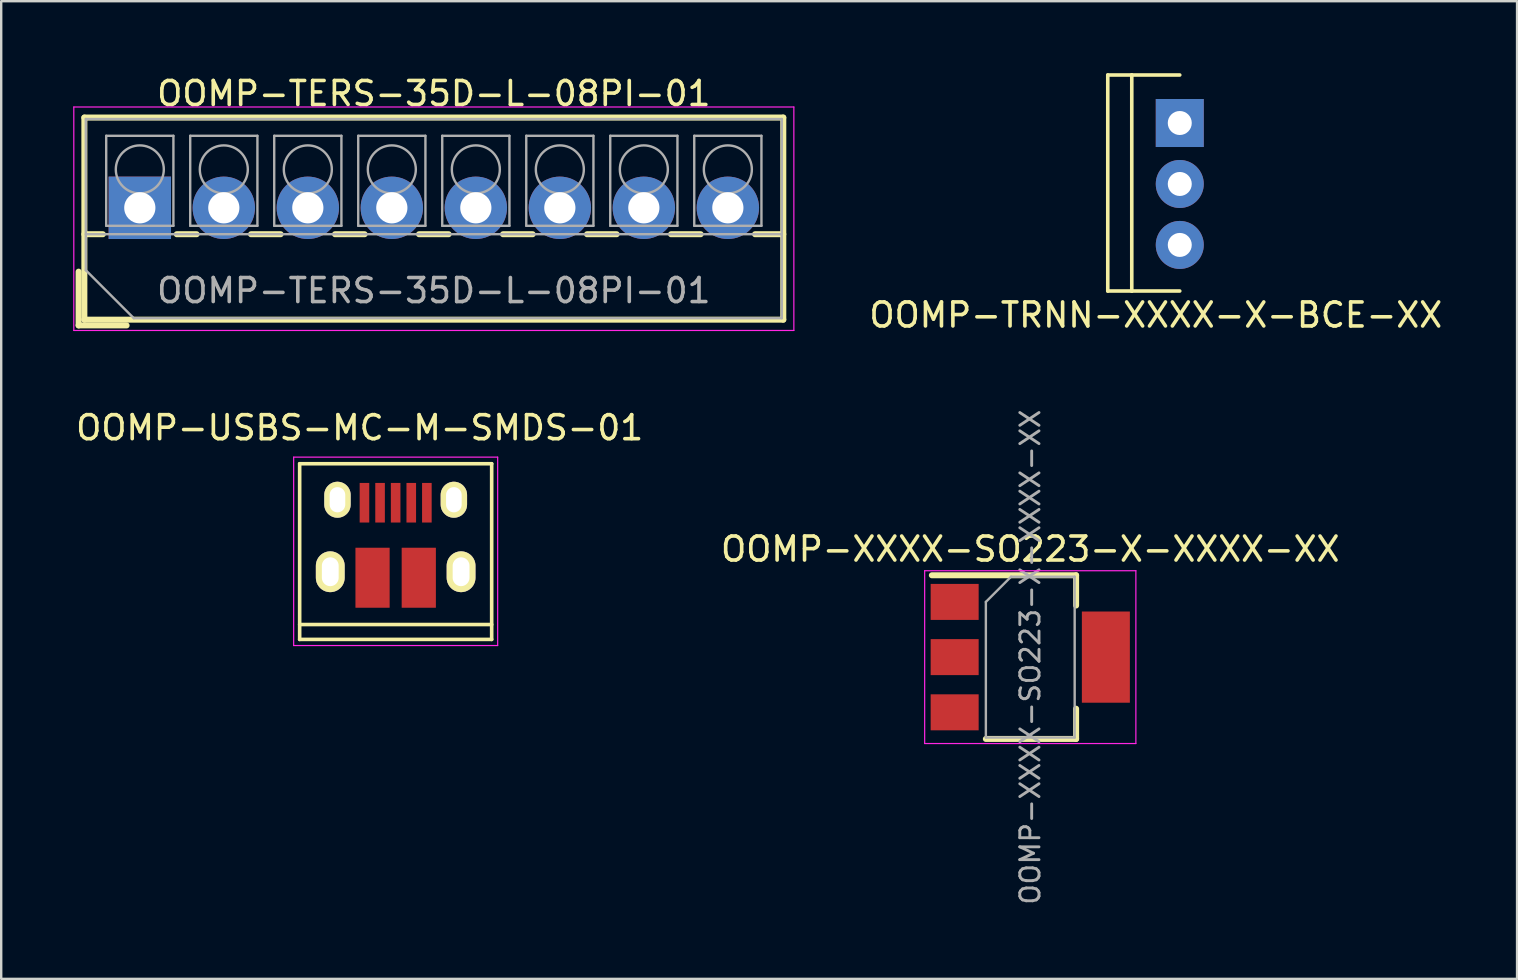
<source format=kicad_pcb>
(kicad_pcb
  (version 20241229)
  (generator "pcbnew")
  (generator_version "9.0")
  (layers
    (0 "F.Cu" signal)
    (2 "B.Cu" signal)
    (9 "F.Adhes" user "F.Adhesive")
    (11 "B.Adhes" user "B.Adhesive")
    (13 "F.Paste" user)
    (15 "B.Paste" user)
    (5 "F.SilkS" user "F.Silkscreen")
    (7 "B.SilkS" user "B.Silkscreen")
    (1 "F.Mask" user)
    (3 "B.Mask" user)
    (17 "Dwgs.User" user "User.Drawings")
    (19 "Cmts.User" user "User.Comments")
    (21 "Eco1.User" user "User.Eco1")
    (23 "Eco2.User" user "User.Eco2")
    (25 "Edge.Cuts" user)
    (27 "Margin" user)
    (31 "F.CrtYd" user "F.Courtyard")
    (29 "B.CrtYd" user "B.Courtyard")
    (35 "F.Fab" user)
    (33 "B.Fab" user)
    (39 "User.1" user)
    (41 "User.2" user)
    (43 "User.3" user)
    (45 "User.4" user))
  (footprint "OOMP-TRNN-XXXX-X-BCE-XX"
    (layer "F.Cu")
    (at 46.104 2.075)
    (property "Reference" "OOMP-TRNN-XXXX-X-BCE-XX" (at -1 8 0) (layer "F.SilkS") (effects (font (size 1 1) (thickness 0.15))))
    (attr through_hole)
    (fp_line (start -3 -2) (end -3 7) (stroke (width 0.15) (type solid)) (layer "F.SilkS"))
    (fp_line (start -3 7) (end -2 7) (stroke (width 0.15) (type solid)) (layer "F.SilkS"))
    (fp_line (start -2 -2) (end -3 -2) (stroke (width 0.15) (type solid)) (layer "F.SilkS"))
    (fp_line (start -2 -2) (end 0 -2) (stroke (width 0.15) (type solid)) (layer "F.SilkS"))
    (fp_line (start -2 7) (end -2 -2) (stroke (width 0.15) (type solid)) (layer "F.SilkS"))
    (fp_line (start 0 7) (end -2 7) (stroke (width 0.15) (type solid)) (layer "F.SilkS"))
    (pad "1" thru_hole rect (at 0 0) (size 2 2) (drill 1) (layers "*.Cu" "*.Mask"))
    (pad "2" thru_hole circle (at 0 2.54) (size 2 2) (drill 1) (layers "*.Cu" "*.Mask"))
    (pad "3" thru_hole circle (at 0 5.08) (size 2 2) (drill 1) (layers "*.Cu" "*.Mask")))
  (footprint "OOMP-XXXX-SO223-X-XXXX-XX"
    (layer "F.Cu")
    (at 39.875 24.328)
    (property "Reference" "OOMP-XXXX-SO223-X-XXXX-XX" (at 0 -4.5 0) (layer "F.SilkS") (effects (font (size 1 1) (thickness 0.15))))
    (attr smd)
    (fp_line (start -4.1 -3.41) (end 1.91 -3.41) (stroke (width 0.25) (type solid)) (layer "F.SilkS"))
    (fp_line (start -1.85 3.41) (end 1.91 3.41) (stroke (width 0.25) (type solid)) (layer "F.SilkS"))
    (fp_line (start 1.91 -3.41) (end 1.91 -2.15) (stroke (width 0.25) (type solid)) (layer "F.SilkS"))
    (fp_line (start 1.91 3.41) (end 1.91 2.15) (stroke (width 0.25) (type solid)) (layer "F.SilkS"))
    (fp_line (start -4.4 -3.6) (end -4.4 3.6) (stroke (width 0.05) (type solid)) (layer "F.CrtYd"))
    (fp_line (start -4.4 3.6) (end 4.4 3.6) (stroke (width 0.05) (type solid)) (layer "F.CrtYd"))
    (fp_line (start 4.4 -3.6) (end -4.4 -3.6) (stroke (width 0.05) (type solid)) (layer "F.CrtYd"))
    (fp_line (start 4.4 3.6) (end 4.4 -3.6) (stroke (width 0.05) (type solid)) (layer "F.CrtYd"))
    (fp_line (start -1.85 -2.3) (end -1.85 3.35) (stroke (width 0.1) (type solid)) (layer "F.Fab"))
    (fp_line (start -1.85 -2.3) (end -0.8 -3.35) (stroke (width 0.1) (type solid)) (layer "F.Fab"))
    (fp_line (start -1.85 3.35) (end 1.85 3.35) (stroke (width 0.1) (type solid)) (layer "F.Fab"))
    (fp_line (start -0.8 -3.35) (end 1.85 -3.35) (stroke (width 0.1) (type solid)) (layer "F.Fab"))
    (fp_line (start 1.85 -3.35) (end 1.85 3.35) (stroke (width 0.1) (type solid)) (layer "F.Fab"))
    (fp_text user "${REFERENCE}" (at 0 0 90) (layer "F.Fab") (effects (font (size 0.8 0.8) (thickness 0.12))))
    (pad "1" smd rect (at -3.15 -2.3) (size 2 1.5) (layers "F.Cu" "F.Mask" "F.Paste"))
    (pad "2" smd rect (at -3.15 0) (size 2 1.5) (layers "F.Cu" "F.Mask" "F.Paste"))
    (pad "2" smd rect (at 3.15 0) (size 2 3.8) (layers "F.Cu" "F.Mask" "F.Paste"))
    (pad "3" smd rect (at -3.15 2.3) (size 2 1.5) (layers "F.Cu" "F.Mask" "F.Paste")))
  (footprint "OOMP-TERS-35D-L-08PI-01"
    (layer "F.Cu")
    (at 2.775 5.608)
    (property "Reference" "OOMP-TERS-35D-L-08PI-01" (at 12.25 -4.76 0) (layer "F.SilkS") (effects (font (size 1 1) (thickness 0.15))))
    (attr through_hole)
    (fp_line (start -2.55 2.66) (end -2.55 4.9) (stroke (width 0.25) (type solid)) (layer "F.SilkS"))
    (fp_line (start -2.55 4.9) (end -0.55 4.9) (stroke (width 0.25) (type solid)) (layer "F.SilkS"))
    (fp_line (start -2.31 -3.76) (end -2.31 4.66) (stroke (width 0.25) (type solid)) (layer "F.SilkS"))
    (fp_line (start -2.31 -3.76) (end 26.81 -3.76) (stroke (width 0.25) (type solid)) (layer "F.SilkS"))
    (fp_line (start -2.31 1.101) (end -1.54 1.101) (stroke (width 0.25) (type solid)) (layer "F.SilkS"))
    (fp_line (start -2.31 4.66) (end 26.81 4.66) (stroke (width 0.25) (type solid)) (layer "F.SilkS"))
    (fp_line (start 1.54 1.101) (end 2.367 1.101) (stroke (width 0.25) (type solid)) (layer "F.SilkS"))
    (fp_line (start 4.634 1.101) (end 5.867 1.101) (stroke (width 0.25) (type solid)) (layer "F.SilkS"))
    (fp_line (start 8.134 1.101) (end 9.367 1.101) (stroke (width 0.25) (type solid)) (layer "F.SilkS"))
    (fp_line (start 11.634 1.101) (end 12.867 1.101) (stroke (width 0.25) (type solid)) (layer "F.SilkS"))
    (fp_line (start 15.134 1.101) (end 16.367 1.101) (stroke (width 0.25) (type solid)) (layer "F.SilkS"))
    (fp_line (start 18.634 1.101) (end 19.867 1.101) (stroke (width 0.25) (type solid)) (layer "F.SilkS"))
    (fp_line (start 22.134 1.101) (end 23.367 1.101) (stroke (width 0.25) (type solid)) (layer "F.SilkS"))
    (fp_line (start 25.634 1.101) (end 26.81 1.101) (stroke (width 0.25) (type solid)) (layer "F.SilkS"))
    (fp_line (start 26.81 -3.76) (end 26.81 4.66) (stroke (width 0.25) (type solid)) (layer "F.SilkS"))
    (fp_line (start -2.75 -4.2) (end -2.75 5.11) (stroke (width 0.05) (type solid)) (layer "F.CrtYd"))
    (fp_line (start -2.75 5.11) (end 27.25 5.11) (stroke (width 0.05) (type solid)) (layer "F.CrtYd"))
    (fp_line (start 27.25 -4.2) (end -2.75 -4.2) (stroke (width 0.05) (type solid)) (layer "F.CrtYd"))
    (fp_line (start 27.25 5.11) (end 27.25 -4.2) (stroke (width 0.05) (type solid)) (layer "F.CrtYd"))
    (fp_line (start -2.25 -3.7) (end 26.75 -3.7) (stroke (width 0.1) (type solid)) (layer "F.Fab"))
    (fp_line (start -2.25 1.1) (end 26.75 1.1) (stroke (width 0.1) (type solid)) (layer "F.Fab"))
    (fp_line (start -2.25 2.6) (end -2.25 -3.7) (stroke (width 0.1) (type solid)) (layer "F.Fab"))
    (fp_line (start -1.4 -3) (end -1.4 0.75) (stroke (width 0.1) (type solid)) (layer "F.Fab"))
    (fp_line (start -1.4 0.75) (end 1.4 0.75) (stroke (width 0.1) (type solid)) (layer "F.Fab"))
    (fp_line (start -0.25 4.6) (end -2.25 2.6) (stroke (width 0.1) (type solid)) (layer "F.Fab"))
    (fp_line (start 1.4 -3) (end -1.4 -3) (stroke (width 0.1) (type solid)) (layer "F.Fab"))
    (fp_line (start 1.4 0.75) (end 1.4 -3) (stroke (width 0.1) (type solid)) (layer "F.Fab"))
    (fp_line (start 2.1 -3) (end 2.1 0.75) (stroke (width 0.1) (type solid)) (layer "F.Fab"))
    (fp_line (start 2.1 0.75) (end 4.9 0.75) (stroke (width 0.1) (type solid)) (layer "F.Fab"))
    (fp_line (start 4.9 -3) (end 2.1 -3) (stroke (width 0.1) (type solid)) (layer "F.Fab"))
    (fp_line (start 4.9 0.75) (end 4.9 -3) (stroke (width 0.1) (type solid)) (layer "F.Fab"))
    (fp_line (start 5.6 -3) (end 5.6 0.75) (stroke (width 0.1) (type solid)) (layer "F.Fab"))
    (fp_line (start 5.6 0.75) (end 8.4 0.75) (stroke (width 0.1) (type solid)) (layer "F.Fab"))
    (fp_line (start 8.4 -3) (end 5.6 -3) (stroke (width 0.1) (type solid)) (layer "F.Fab"))
    (fp_line (start 8.4 0.75) (end 8.4 -3) (stroke (width 0.1) (type solid)) (layer "F.Fab"))
    (fp_line (start 9.1 -3) (end 9.1 0.75) (stroke (width 0.1) (type solid)) (layer "F.Fab"))
    (fp_line (start 9.1 0.75) (end 11.9 0.75) (stroke (width 0.1) (type solid)) (layer "F.Fab"))
    (fp_line (start 11.9 -3) (end 9.1 -3) (stroke (width 0.1) (type solid)) (layer "F.Fab"))
    (fp_line (start 11.9 0.75) (end 11.9 -3) (stroke (width 0.1) (type solid)) (layer "F.Fab"))
    (fp_line (start 12.6 -3) (end 12.6 0.75) (stroke (width 0.1) (type solid)) (layer "F.Fab"))
    (fp_line (start 12.6 0.75) (end 15.4 0.75) (stroke (width 0.1) (type solid)) (layer "F.Fab"))
    (fp_line (start 15.4 -3) (end 12.6 -3) (stroke (width 0.1) (type solid)) (layer "F.Fab"))
    (fp_line (start 15.4 0.75) (end 15.4 -3) (stroke (width 0.1) (type solid)) (layer "F.Fab"))
    (fp_line (start 16.101 -3) (end 16.101 0.75) (stroke (width 0.1) (type solid)) (layer "F.Fab"))
    (fp_line (start 16.101 0.75) (end 18.9 0.75) (stroke (width 0.1) (type solid)) (layer "F.Fab"))
    (fp_line (start 18.9 -3) (end 16.101 -3) (stroke (width 0.1) (type solid)) (layer "F.Fab"))
    (fp_line (start 18.9 0.75) (end 18.9 -3) (stroke (width 0.1) (type solid)) (layer "F.Fab"))
    (fp_line (start 19.6 -3) (end 19.6 0.75) (stroke (width 0.1) (type solid)) (layer "F.Fab"))
    (fp_line (start 19.6 0.75) (end 22.4 0.75) (stroke (width 0.1) (type solid)) (layer "F.Fab"))
    (fp_line (start 22.4 -3) (end 19.6 -3) (stroke (width 0.1) (type solid)) (layer "F.Fab"))
    (fp_line (start 22.4 0.75) (end 22.4 -3) (stroke (width 0.1) (type solid)) (layer "F.Fab"))
    (fp_line (start 23.1 -3) (end 23.1 0.75) (stroke (width 0.1) (type solid)) (layer "F.Fab"))
    (fp_line (start 23.1 0.75) (end 25.9 0.75) (stroke (width 0.1) (type solid)) (layer "F.Fab"))
    (fp_line (start 25.9 -3) (end 23.1 -3) (stroke (width 0.1) (type solid)) (layer "F.Fab"))
    (fp_line (start 25.9 0.75) (end 25.9 -3) (stroke (width 0.1) (type solid)) (layer "F.Fab"))
    (fp_line (start 26.75 -3.7) (end 26.75 4.6) (stroke (width 0.1) (type solid)) (layer "F.Fab"))
    (fp_line (start 26.75 4.6) (end -0.25 4.6) (stroke (width 0.1) (type solid)) (layer "F.Fab"))
    (fp_circle (center 0 -1.6) (end 1 -1.6) (stroke (width 0.1) (type solid)) (fill no) (layer "F.Fab"))
    (fp_circle (center 3.5 -1.6) (end 4.5 -1.6) (stroke (width 0.1) (type solid)) (fill no) (layer "F.Fab"))
    (fp_circle (center 7 -1.6) (end 8 -1.6) (stroke (width 0.1) (type solid)) (fill no) (layer "F.Fab"))
    (fp_circle (center 10.5 -1.6) (end 11.5 -1.6) (stroke (width 0.1) (type solid)) (fill no) (layer "F.Fab"))
    (fp_circle (center 14 -1.6) (end 15 -1.6) (stroke (width 0.1) (type solid)) (fill no) (layer "F.Fab"))
    (fp_circle (center 17.5 -1.6) (end 18.5 -1.6) (stroke (width 0.1) (type solid)) (fill no) (layer "F.Fab"))
    (fp_circle (center 21 -1.6) (end 22 -1.6) (stroke (width 0.1) (type solid)) (fill no) (layer "F.Fab"))
    (fp_circle (center 24.5 -1.6) (end 25.5 -1.6) (stroke (width 0.1) (type solid)) (fill no) (layer "F.Fab"))
    (fp_text user "${REFERENCE}" (at 12.25 3.45 0) (layer "F.Fab") (effects (font (size 1 1) (thickness 0.15))))
    (pad "1" thru_hole rect (at 0 0) (size 2.6 2.6) (drill 1.3) (layers "*.Cu" "*.Mask"))
    (pad "2" thru_hole circle (at 3.5 0) (size 2.6 2.6) (drill 1.3) (layers "*.Cu" "*.Mask"))
    (pad "3" thru_hole circle (at 7 0) (size 2.6 2.6) (drill 1.3) (layers "*.Cu" "*.Mask"))
    (pad "4" thru_hole circle (at 10.5 0) (size 2.6 2.6) (drill 1.3) (layers "*.Cu" "*.Mask"))
    (pad "5" thru_hole circle (at 14 0) (size 2.6 2.6) (drill 1.3) (layers "*.Cu" "*.Mask"))
    (pad "6" thru_hole circle (at 17.5 0) (size 2.6 2.6) (drill 1.3) (layers "*.Cu" "*.Mask"))
    (pad "7" thru_hole circle (at 21 0) (size 2.6 2.6) (drill 1.3) (layers "*.Cu" "*.Mask"))
    (pad "8" thru_hole circle (at 24.5 0) (size 2.6 2.6) (drill 1.3) (layers "*.Cu" "*.Mask")))
  (footprint "OOMP-USBS-MC-M-SMDS-01"
    (layer "F.Cu")
    (at 13.435 19.396)
    (property "Reference" "OOMP-USBS-MC-M-SMDS-01" (at -1.5 -4.625 0) (layer "F.SilkS") (effects (font (size 1 1) (thickness 0.15))))
    (attr smd)
    (fp_line (start -4 -3.125) (end 4 -3.125) (stroke (width 0.15) (type solid)) (layer "F.SilkS"))
    (fp_line (start -4 4.195) (end -4 -3.125) (stroke (width 0.15) (type solid)) (layer "F.SilkS"))
    (fp_line (start -4 4.195) (end 4 4.195) (stroke (width 0.15) (type solid)) (layer "F.SilkS"))
    (fp_line (start 4 -3.125) (end 4 4.195) (stroke (width 0.15) (type solid)) (layer "F.SilkS"))
    (fp_line (start 4 3.575) (end -4 3.575) (stroke (width 0.15) (type solid)) (layer "F.SilkS"))
    (fp_line (start -4.25 -3.4) (end 4.25 -3.4) (stroke (width 0.05) (type solid)) (layer "F.CrtYd"))
    (fp_line (start -4.25 4.45) (end -4.25 -3.4) (stroke (width 0.05) (type solid)) (layer "F.CrtYd"))
    (fp_line (start 4.25 -3.4) (end 4.25 4.45) (stroke (width 0.05) (type solid)) (layer "F.CrtYd"))
    (fp_line (start 4.25 4.45) (end -4.25 4.45) (stroke (width 0.05) (type solid)) (layer "F.CrtYd"))
    (pad "1" smd rect (at -1.3 -1.5 90) (size 1.65 0.4) (layers "F.Cu" "F.Mask" "F.Paste"))
    (pad "2" smd rect (at -0.65 -1.5 90) (size 1.65 0.4) (layers "F.Cu" "F.Mask" "F.Paste"))
    (pad "3" smd rect (at -0.001 -1.5 90) (size 1.65 0.4) (layers "F.Cu" "F.Mask" "F.Paste"))
    (pad "4" smd rect (at 0.65 -1.5 90) (size 1.65 0.4) (layers "F.Cu" "F.Mask" "F.Paste"))
    (pad "5" smd rect (at 1.3 -1.5 90) (size 1.65 0.4) (layers "F.Cu" "F.Mask" "F.Paste"))
    (pad "6" thru_hole oval (at -2.725 1.375 90) (size 1.7 1.2) (drill oval 1.2 0.7) (layers "*.Cu" "*.Mask" "F.SilkS"))
    (pad "6" thru_hole oval (at -2.425 -1.625 90) (size 1.5 1.1) (drill oval 1.05 0.65) (layers "*.Cu" "*.Mask" "F.SilkS"))
    (pad "6" smd rect (at -0.963 1.625 90) (size 2.5 1.425) (layers "F.Cu" "F.Mask" "F.Paste"))
    (pad "6" smd rect (at 0.963 1.625 90) (size 2.5 1.425) (layers "F.Cu" "F.Mask" "F.Paste"))
    (pad "6" thru_hole oval (at 2.425 -1.625 90) (size 1.5 1.1) (drill oval 1.05 0.65) (layers "*.Cu" "*.Mask" "F.SilkS"))
    (pad "6" thru_hole oval (at 2.725 1.375 90) (size 1.7 1.2) (drill oval 1.2 0.7) (layers "*.Cu" "*.Mask" "F.SilkS")))
  (gr_rect
    (start -3 -3)
    (end 60.157 37.733)
    (stroke (width 0.1) (type default))
    (fill no)
    (layer "Edge.Cuts")))
</source>
